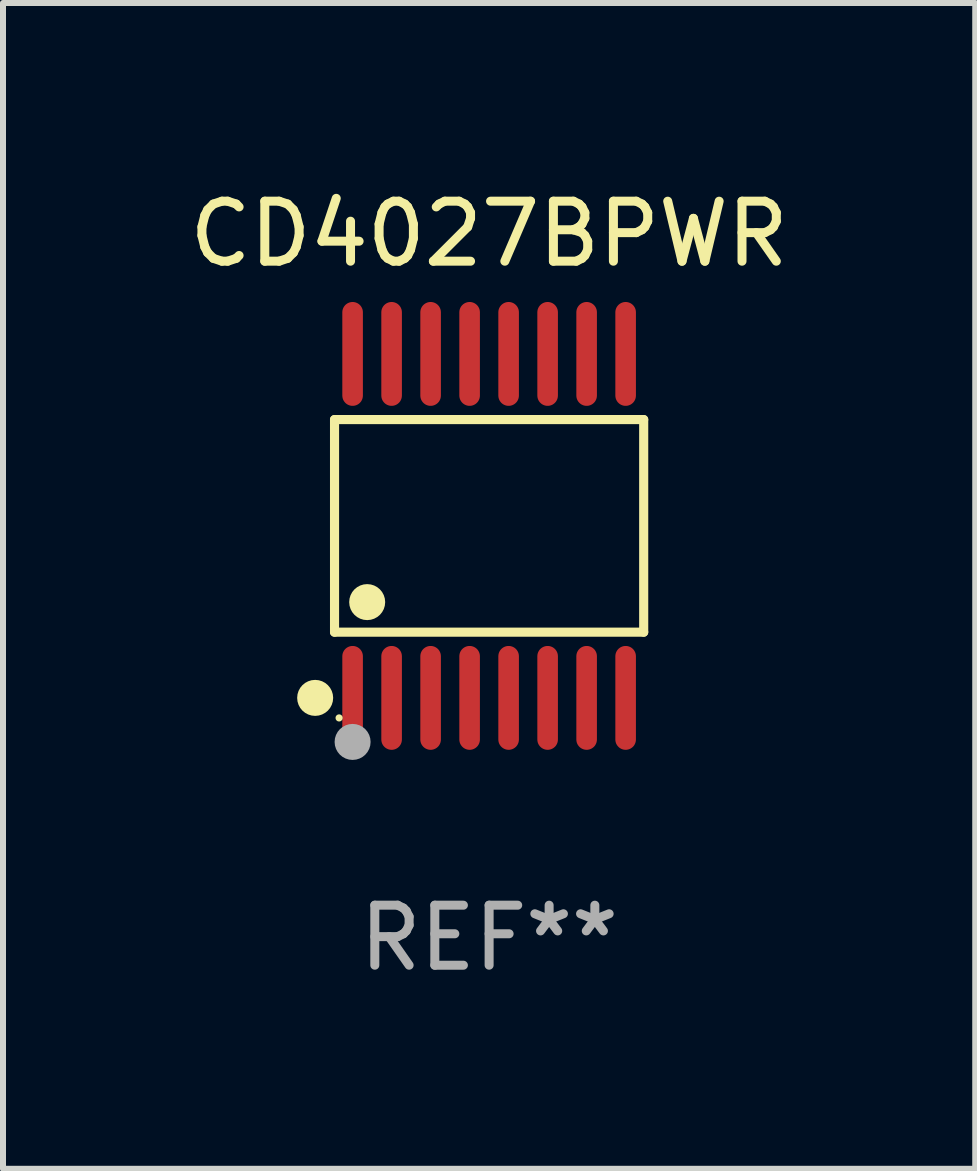
<source format=kicad_pcb>
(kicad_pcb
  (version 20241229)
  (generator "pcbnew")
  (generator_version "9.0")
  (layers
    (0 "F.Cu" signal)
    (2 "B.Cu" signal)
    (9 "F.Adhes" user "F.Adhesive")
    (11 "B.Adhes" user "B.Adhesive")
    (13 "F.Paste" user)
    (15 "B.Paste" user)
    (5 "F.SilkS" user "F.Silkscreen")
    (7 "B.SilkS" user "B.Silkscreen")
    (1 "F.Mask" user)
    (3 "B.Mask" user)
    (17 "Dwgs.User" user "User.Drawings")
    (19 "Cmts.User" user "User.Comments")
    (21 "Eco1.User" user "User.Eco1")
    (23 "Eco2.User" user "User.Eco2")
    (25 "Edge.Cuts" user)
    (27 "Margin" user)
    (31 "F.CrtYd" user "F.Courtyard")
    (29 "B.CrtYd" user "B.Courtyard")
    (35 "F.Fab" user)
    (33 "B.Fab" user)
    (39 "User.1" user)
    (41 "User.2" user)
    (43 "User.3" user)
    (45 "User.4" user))
  (footprint "CD4027BPWR"
    (layer "F.Cu")
    (at 5.101 5.714)
    (property "Reference" "CD4027BPWR" (at 0 -4.866 0) (layer "F.SilkS") (effects (font (size 1 1) (thickness 0.15))))
    (attr through_hole)
    (fp_line (start -2.576 -1.772) (end 2.576 -1.772) (stroke (width 0.152) (type solid)) (layer "F.SilkS"))
    (fp_line (start -2.576 1.771) (end -2.576 -1.772) (stroke (width 0.152) (type solid)) (layer "F.SilkS"))
    (fp_line (start 2.576 -1.772) (end 2.576 1.771) (stroke (width 0.152) (type solid)) (layer "F.SilkS"))
    (fp_line (start 2.576 1.771) (end -2.576 1.771) (stroke (width 0.152) (type solid)) (layer "F.SilkS"))
    (fp_circle (center -2.899 2.866) (end -2.749 2.866) (stroke (width 0.3) (type solid)) (fill no) (layer "F.SilkS"))
    (fp_circle (center -2.5 3.2) (end -2.47 3.2) (stroke (width 0.06) (type solid)) (fill no) (layer "F.SilkS"))
    (fp_circle (center -2.032 1.27) (end -1.882 1.27) (stroke (width 0.3) (type solid)) (fill no) (layer "F.SilkS"))
    (fp_circle (center -2.275 3.6) (end -2.125 3.6) (stroke (width 0.3) (type solid)) (fill no) (layer "F.Fab"))
    (fp_text user "REF**" (at 0 6.866 0) (layer "F.Fab") (effects (font (size 1 1) (thickness 0.15))))
    (pad "1" smd oval (at -2.275 2.866) (size 0.343 1.731) (layers "F.Cu" "F.Mask" "F.Paste"))
    (pad "2" smd oval (at -1.625 2.866) (size 0.343 1.731) (layers "F.Cu" "F.Mask" "F.Paste"))
    (pad "3" smd oval (at -0.975 2.866) (size 0.343 1.731) (layers "F.Cu" "F.Mask" "F.Paste"))
    (pad "4" smd oval (at -0.325 2.866) (size 0.343 1.731) (layers "F.Cu" "F.Mask" "F.Paste"))
    (pad "5" smd oval (at 0.325 2.866) (size 0.343 1.731) (layers "F.Cu" "F.Mask" "F.Paste"))
    (pad "6" smd oval (at 0.975 2.866) (size 0.343 1.731) (layers "F.Cu" "F.Mask" "F.Paste"))
    (pad "7" smd oval (at 1.625 2.866) (size 0.343 1.731) (layers "F.Cu" "F.Mask" "F.Paste"))
    (pad "8" smd oval (at 2.275 2.866) (size 0.343 1.731) (layers "F.Cu" "F.Mask" "F.Paste"))
    (pad "9" smd oval (at 2.275 -2.866) (size 0.343 1.731) (layers "F.Cu" "F.Mask" "F.Paste"))
    (pad "10" smd oval (at 1.625 -2.866) (size 0.343 1.731) (layers "F.Cu" "F.Mask" "F.Paste"))
    (pad "11" smd oval (at 0.975 -2.866) (size 0.343 1.731) (layers "F.Cu" "F.Mask" "F.Paste"))
    (pad "12" smd oval (at 0.325 -2.866) (size 0.343 1.731) (layers "F.Cu" "F.Mask" "F.Paste"))
    (pad "13" smd oval (at -0.325 -2.866) (size 0.343 1.731) (layers "F.Cu" "F.Mask" "F.Paste"))
    (pad "14" smd oval (at -0.975 -2.866) (size 0.343 1.731) (layers "F.Cu" "F.Mask" "F.Paste"))
    (pad "15" smd oval (at -1.625 -2.866) (size 0.343 1.731) (layers "F.Cu" "F.Mask" "F.Paste"))
    (pad "16" smd oval (at -2.275 -2.866) (size 0.343 1.731) (layers "F.Cu" "F.Mask" "F.Paste")))
  (gr_rect
    (start -3 -3)
    (end 13.202 16.428)
    (stroke (width 0.1) (type default))
    (fill no)
    (layer "Edge.Cuts")))
</source>
